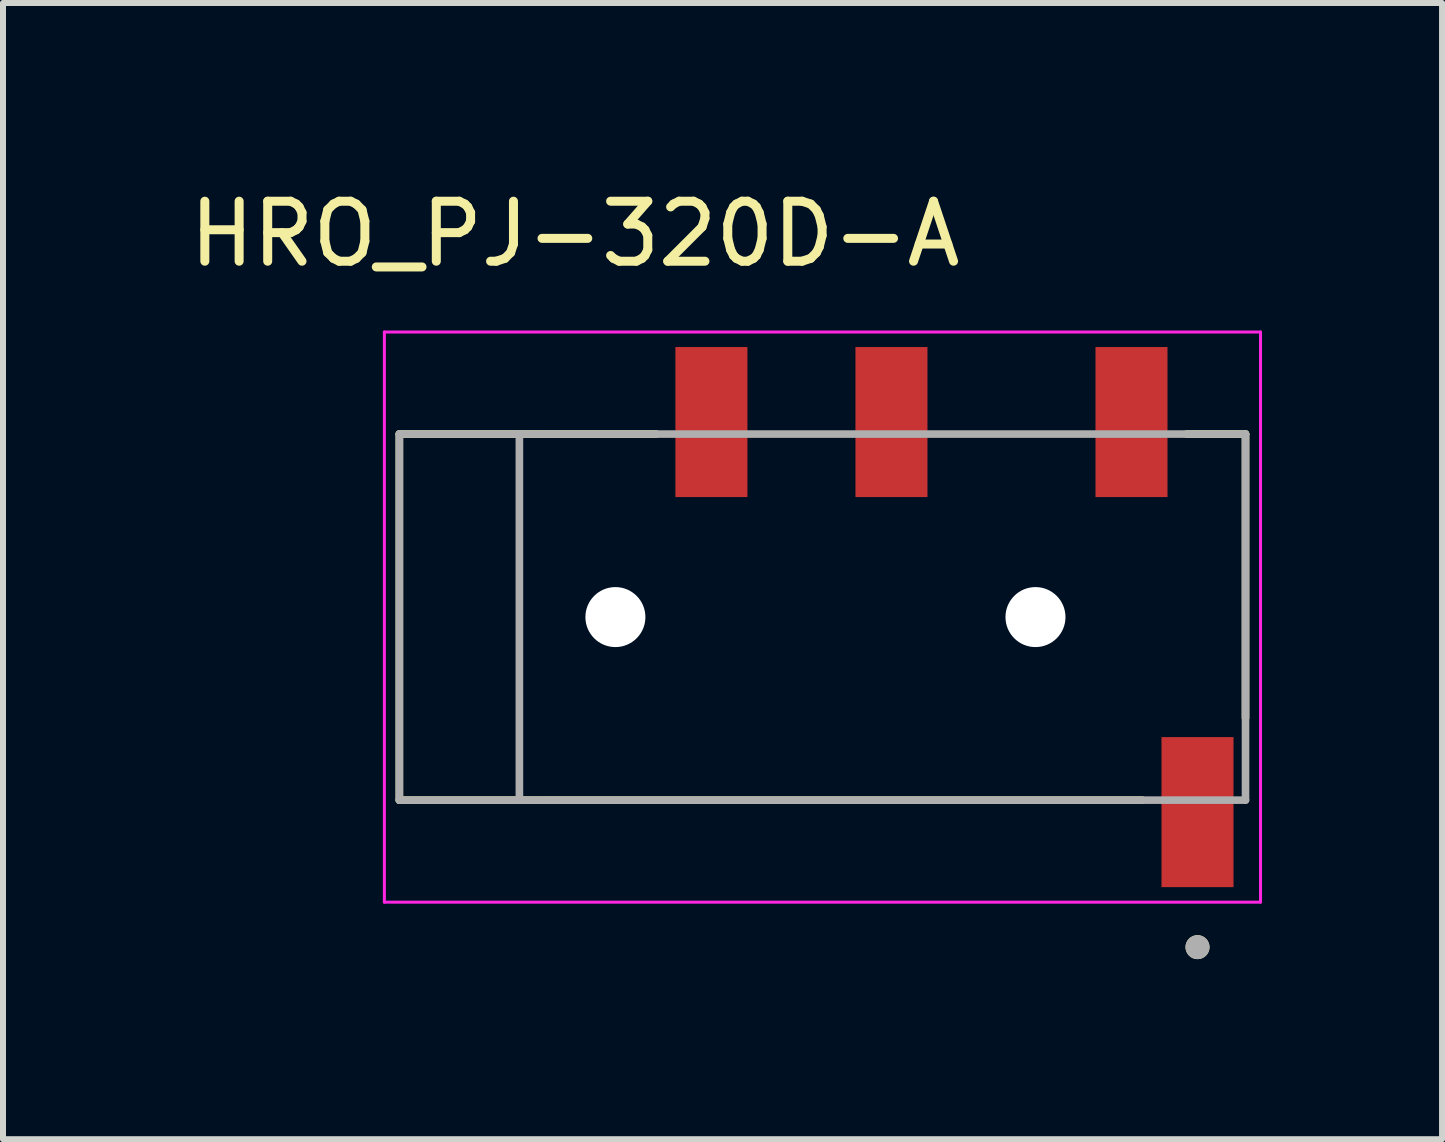
<source format=kicad_pcb>
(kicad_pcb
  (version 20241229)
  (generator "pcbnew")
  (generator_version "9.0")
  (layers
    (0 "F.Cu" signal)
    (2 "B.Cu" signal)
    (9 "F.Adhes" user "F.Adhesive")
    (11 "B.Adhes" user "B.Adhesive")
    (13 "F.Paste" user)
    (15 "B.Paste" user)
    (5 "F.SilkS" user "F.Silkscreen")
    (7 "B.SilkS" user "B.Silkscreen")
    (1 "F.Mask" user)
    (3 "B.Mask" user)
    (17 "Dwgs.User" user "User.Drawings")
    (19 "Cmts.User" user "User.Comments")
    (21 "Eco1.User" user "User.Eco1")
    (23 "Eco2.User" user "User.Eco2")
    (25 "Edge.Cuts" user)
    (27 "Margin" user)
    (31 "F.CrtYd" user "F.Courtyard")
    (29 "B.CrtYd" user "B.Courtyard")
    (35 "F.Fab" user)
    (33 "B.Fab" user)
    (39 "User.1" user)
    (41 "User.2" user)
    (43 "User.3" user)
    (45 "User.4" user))
  (footprint "HRO_PJ-320D-A"
    (layer "F.Cu")
    (at 10.705 7.233)
    (property "Reference" "HRO_PJ-320D-A" (at -4.175 -6.385 0) (layer "F.SilkS") (effects (font (size 1 1) (thickness 0.15))))
    (attr smd)
    (fp_line (start -7.1 -3.05) (end -2.82 -3.05) (stroke (width 0.127) (type solid)) (layer "F.SilkS"))
    (fp_line (start -7.1 3.05) (end -7.1 -3.05) (stroke (width 0.127) (type solid)) (layer "F.SilkS"))
    (fp_line (start 5.28 3.05) (end -7.1 3.05) (stroke (width 0.127) (type solid)) (layer "F.SilkS"))
    (fp_line (start 6.02 -3.05) (end 7 -3.05) (stroke (width 0.127) (type solid)) (layer "F.SilkS"))
    (fp_line (start 7 -3.05) (end 7 1.68) (stroke (width 0.127) (type solid)) (layer "F.SilkS"))
    (fp_circle (center 6.2 5.5) (end 6.3 5.5) (stroke (width 0.2) (type solid)) (fill no) (layer "F.SilkS"))
    (fp_line (start -7.35 -4.75) (end -7.35 4.75) (stroke (width 0.05) (type solid)) (layer "F.CrtYd"))
    (fp_line (start -7.35 4.75) (end 7.25 4.75) (stroke (width 0.05) (type solid)) (layer "F.CrtYd"))
    (fp_line (start 7.25 -4.75) (end -7.35 -4.75) (stroke (width 0.05) (type solid)) (layer "F.CrtYd"))
    (fp_line (start 7.25 4.75) (end 7.25 -4.75) (stroke (width 0.05) (type solid)) (layer "F.CrtYd"))
    (fp_line (start -7.1 -3.05) (end -5.1 -3.05) (stroke (width 0.127) (type solid)) (layer "F.Fab"))
    (fp_line (start -7.1 3.05) (end -7.1 -3.05) (stroke (width 0.127) (type solid)) (layer "F.Fab"))
    (fp_line (start -5.1 -3.05) (end -5.1 3.05) (stroke (width 0.127) (type solid)) (layer "F.Fab"))
    (fp_line (start -5.1 -3.05) (end -4.56 -3.05) (stroke (width 0.127) (type solid)) (layer "F.Fab"))
    (fp_line (start -5.1 3.05) (end -7.1 3.05) (stroke (width 0.127) (type solid)) (layer "F.Fab"))
    (fp_line (start -4.56 -3.05) (end 7 -3.05) (stroke (width 0.127) (type solid)) (layer "F.Fab"))
    (fp_line (start -4.56 3.05) (end -5.1 3.05) (stroke (width 0.127) (type solid)) (layer "F.Fab"))
    (fp_line (start 7 -3.05) (end 7 3.05) (stroke (width 0.127) (type solid)) (layer "F.Fab"))
    (fp_line (start 7 3.05) (end -4.56 3.05) (stroke (width 0.127) (type solid)) (layer "F.Fab"))
    (fp_circle (center 6.2 5.5) (end 6.3 5.5) (stroke (width 0.2) (type solid)) (fill no) (layer "F.Fab"))
    (pad "" np_thru_hole circle (at -3.5 0) (size 1 1) (drill 1) (layers "*.Cu" "*.Mask"))
    (pad "" np_thru_hole circle (at 3.5 0) (size 1 1) (drill 1) (layers "*.Cu" "*.Mask"))
    (pad "1" smd rect (at 6.2 3.25) (size 1.2 2.5) (layers "F.Cu" "F.Mask" "F.Paste"))
    (pad "2" smd rect (at 5.1 -3.25) (size 1.2 2.5) (layers "F.Cu" "F.Mask" "F.Paste"))
    (pad "3" smd rect (at 1.1 -3.25) (size 1.2 2.5) (layers "F.Cu" "F.Mask" "F.Paste"))
    (pad "4" smd rect (at -1.9 -3.25) (size 1.2 2.5) (layers "F.Cu" "F.Mask" "F.Paste")))
  (gr_rect
    (start -3 -3)
    (end 20.98 15.933)
    (stroke (width 0.1) (type default))
    (fill no)
    (layer "Edge.Cuts")))
</source>
